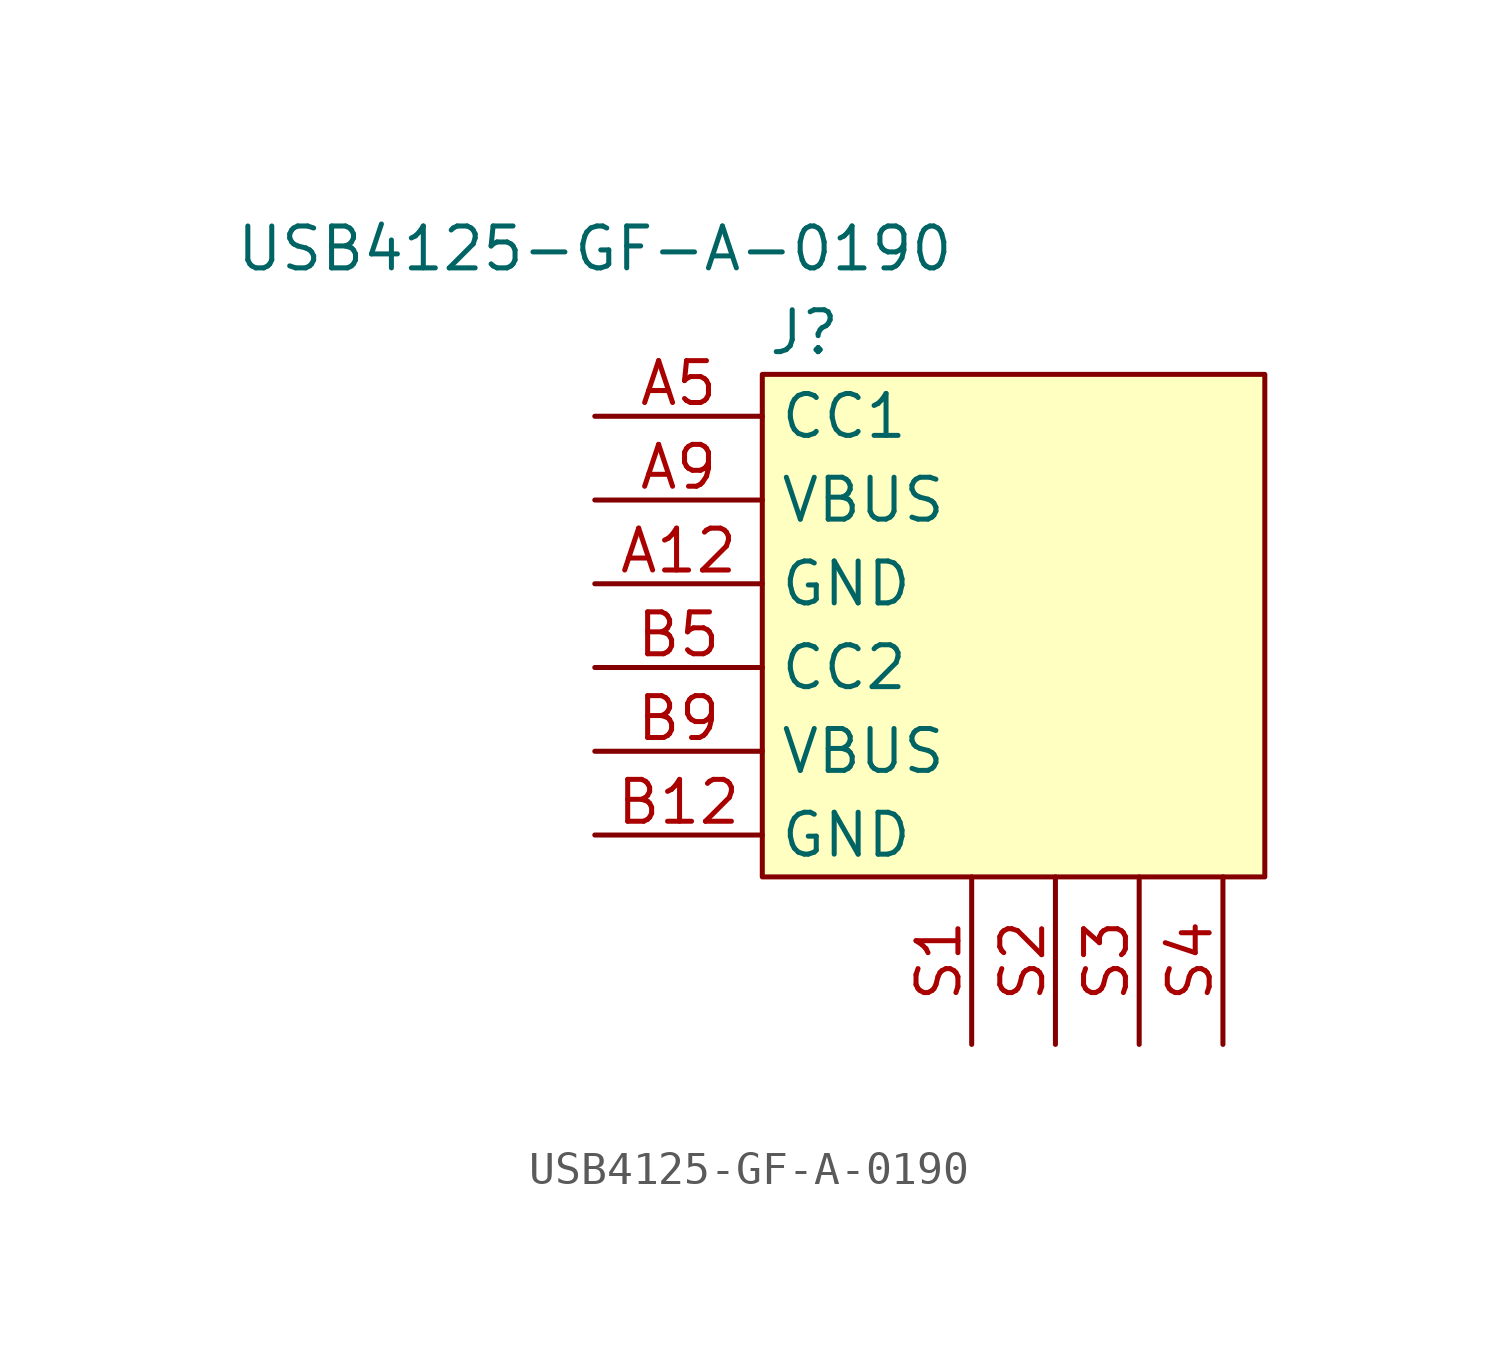
<source format=kicad_sym>
(kicad_symbol_lib
  (version 20241209)
  (generator "kicad_symbol_editor")
  (generator_version "9.0")
  (symbol "USB4125-GF-A-0190"
    (property "Reference" "J"
      (at 6.35 0 0)
      (effects (font (size 1.27 1.27))))
    (property "Value" "USB4125-GF-A-0190"
      (at 0 2.54 0)
      (effects (font (size 1.27 1.27))))
    (symbol "USB4125-GF-A-0190_1_1"
      (rectangle (start 5.08 -1.27) (end 20.32 -16.51) (stroke (width 0) (type default)) (fill (type background)))
      (pin passive line (at 0 -2.54 0) (length 5.08) (name "CC1" (effects (font (size 1.27 1.27)))) (number "A5" (effects (font (size 1.27 1.27)))))
      (pin passive line (at 0 -5.08 0) (length 5.08) (name "VBUS" (effects (font (size 1.27 1.27)))) (number "A9" (effects (font (size 1.27 1.27)))))
      (pin passive line (at 0 -7.62 0) (length 5.08) (name "GND" (effects (font (size 1.27 1.27)))) (number "A12" (effects (font (size 1.27 1.27)))))
      (pin passive line (at 0 -10.16 0) (length 5.08) (name "CC2" (effects (font (size 1.27 1.27)))) (number "B5" (effects (font (size 1.27 1.27)))))
      (pin passive line (at 0 -12.7 0) (length 5.08) (name "VBUS" (effects (font (size 1.27 1.27)))) (number "B9" (effects (font (size 1.27 1.27)))))
      (pin passive line (at 0 -15.24 0) (length 5.08) (name "GND" (effects (font (size 1.27 1.27)))) (number "B12" (effects (font (size 1.27 1.27)))))
      (pin passive line (at 11.43 -21.59 90) (length 5.08) (name "" (effects (font (size 1.27 1.27)))) (number "S1" (effects (font (size 1.27 1.27)))))
      (pin passive line (at 13.97 -21.59 90) (length 5.08) (name "" (effects (font (size 1.27 1.27)))) (number "S2" (effects (font (size 1.27 1.27)))))
      (pin passive line (at 16.51 -21.59 90) (length 5.08) (name "" (effects (font (size 1.27 1.27)))) (number "S3" (effects (font (size 1.27 1.27)))))
      (pin passive line (at 19.05 -21.59 90) (length 5.08) (name "" (effects (font (size 1.27 1.27)))) (number "S4" (effects (font (size 1.27 1.27))))))))
</source>
